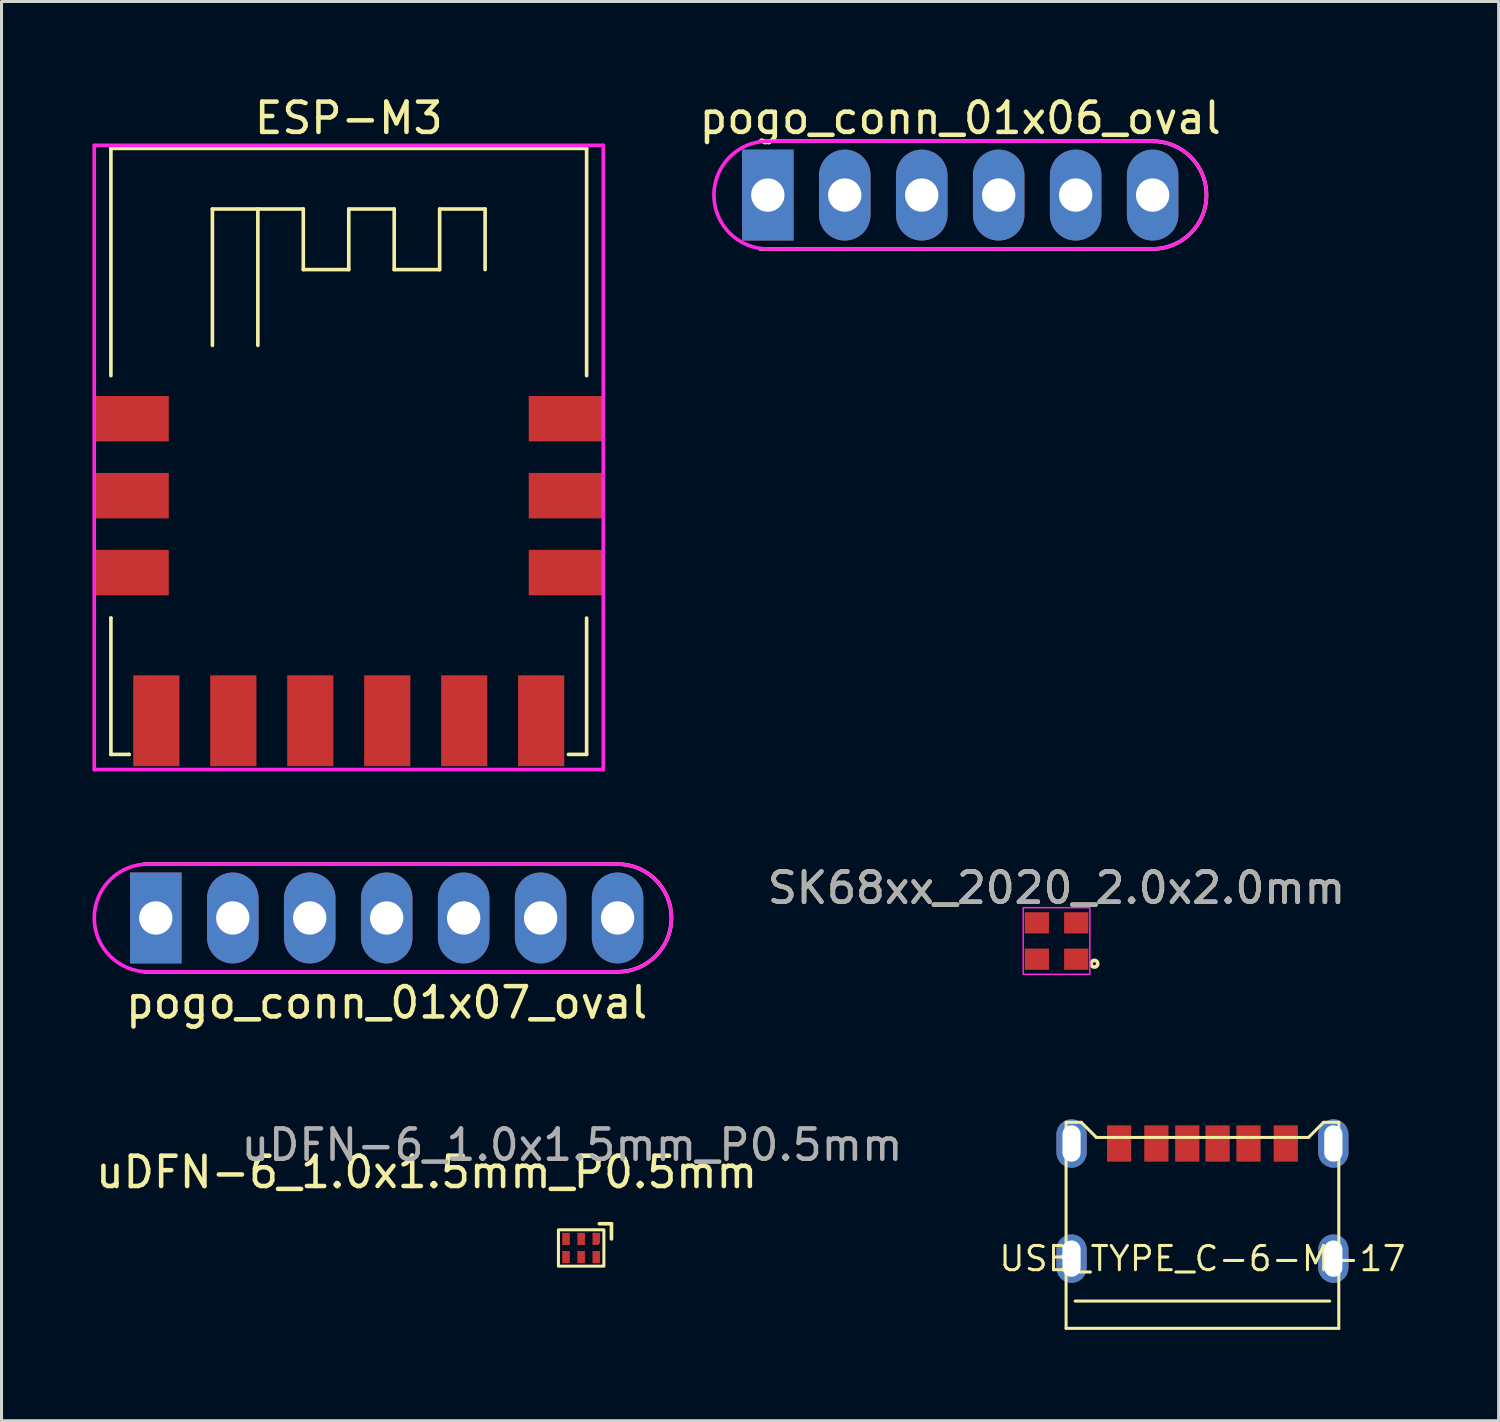
<source format=kicad_pcb>
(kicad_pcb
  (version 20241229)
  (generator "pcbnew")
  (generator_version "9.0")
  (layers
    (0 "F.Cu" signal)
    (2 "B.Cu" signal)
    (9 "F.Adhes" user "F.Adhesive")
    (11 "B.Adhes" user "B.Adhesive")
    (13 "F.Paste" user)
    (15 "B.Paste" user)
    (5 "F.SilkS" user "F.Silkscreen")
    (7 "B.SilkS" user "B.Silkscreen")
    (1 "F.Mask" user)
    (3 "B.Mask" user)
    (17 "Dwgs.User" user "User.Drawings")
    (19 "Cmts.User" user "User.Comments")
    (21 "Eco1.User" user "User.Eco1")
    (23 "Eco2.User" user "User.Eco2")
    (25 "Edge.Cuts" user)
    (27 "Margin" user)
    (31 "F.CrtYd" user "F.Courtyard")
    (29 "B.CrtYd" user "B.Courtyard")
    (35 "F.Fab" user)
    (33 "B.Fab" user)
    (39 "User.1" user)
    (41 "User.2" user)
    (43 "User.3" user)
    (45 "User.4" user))
  (footprint "SK68xx_2020_2.0x2.0mm"
    (layer "F.Cu")
    (at 31.819 28.006)
    (property "Reference" "SK68xx_2020_2.0x2.0mm" (at 0 -1.75 0) (unlocked yes) (layer "F.SilkS") (effects (font (size 1 1) (thickness 0.15))))
    (attr smd)
    (fp_circle (center 1.25 0.75) (end 1.35 0.8) (stroke (width 0.12) (type solid)) (fill no) (layer "F.SilkS"))
    (fp_rect (start -1.1 -1.1) (end 1.1 1.1) (stroke (width 0.05) (type solid)) (fill no) (layer "F.CrtYd"))
    (fp_text user "${REFERENCE}" (at 0 -1.75 0) (unlocked yes) (layer "F.Fab") (effects (font (size 1 1) (thickness 0.15))))
    (pad "1" smd rect (at 0.65 0.6) (size 0.8 0.7) (layers "F.Cu" "F.Mask" "F.Paste"))
    (pad "2" smd rect (at 0.65 -0.6) (size 0.8 0.7) (layers "F.Cu" "F.Mask" "F.Paste"))
    (pad "3" smd rect (at -0.65 -0.6) (size 0.8 0.7) (layers "F.Cu" "F.Mask" "F.Paste"))
    (pad "4" smd rect (at -0.65 0.6) (size 0.8 0.7) (layers "F.Cu" "F.Mask" "F.Paste")))
  (footprint "pogo_conn_01x06_oval"
    (layer "F.Cu")
    (at 28.64 3.388)
    (property "Reference" "pogo_conn_01x06_oval" (at 0 -2.54 0) (layer "F.SilkS") (effects (font (size 1 1) (thickness 0.15))))
    (attr through_hole)
    (fp_line (start 6.35 -1.778) (end -6.604 -1.778) (stroke (width 0.12) (type solid)) (layer "F.SilkS"))
    (fp_line (start 6.35 1.778) (end -6.604 1.778) (stroke (width 0.12) (type solid)) (layer "F.SilkS"))
    (fp_arc (start 6.35 -1.778) (mid 8.128 0) (end 6.35 1.778) (stroke (width 0.12) (type solid)) (layer "F.SilkS"))
    (fp_line (start -6.35 1.778) (end 6.35 1.778) (stroke (width 0.12) (type solid)) (layer "F.CrtYd"))
    (fp_line (start 6.35 -1.778) (end -6.35 -1.778) (stroke (width 0.12) (type solid)) (layer "F.CrtYd"))
    (fp_arc (start -6.35 1.778) (mid -8.128 0) (end -6.35 -1.778) (stroke (width 0.12) (type solid)) (layer "F.CrtYd"))
    (fp_arc (start 6.35 -1.778) (mid 8.128 0) (end 6.35 1.778) (stroke (width 0.12) (type solid)) (layer "F.CrtYd"))
    (pad "1" thru_hole rect (at -6.35 0) (size 1.7 3) (drill 1.1) (layers "*.Cu" "*.Mask"))
    (pad "2" thru_hole oval (at -3.81 0) (size 1.7 3) (drill 1.1) (layers "*.Cu" "*.Mask"))
    (pad "3" thru_hole oval (at -1.27 0) (size 1.7 3) (drill 1.1) (layers "*.Cu" "*.Mask"))
    (pad "4" thru_hole oval (at 1.27 0) (size 1.7 3) (drill 1.1) (layers "*.Cu" "*.Mask"))
    (pad "5" thru_hole oval (at 3.81 0) (size 1.7 3) (drill 1.1) (layers "*.Cu" "*.Mask"))
    (pad "6" thru_hole oval (at 6.35 0) (size 1.7 3) (drill 1.1) (layers "*.Cu" "*.Mask")))
  (footprint "uDFN-6_1.0x1.5mm_P0.5mm"
    (layer "F.Cu")
    (at 16.13 38.137)
    (property "Reference" "uDFN-6_1.0x1.5mm_P0.5mm" (at -5.1 -2.5 0) (unlocked yes) (layer "F.SilkS") (effects (font (size 1 1) (thickness 0.15))))
    (attr smd)
    (fp_line (start 0.6 -0.8) (end 1 -0.8) (stroke (width 0.12) (type solid)) (layer "F.SilkS"))
    (fp_line (start 1 -0.8) (end 1 -0.3) (stroke (width 0.12) (type solid)) (layer "F.SilkS"))
    (fp_rect (start 0.75 -0.6) (end -0.75 0.6) (stroke (width 0.1) (type solid)) (fill no) (layer "F.SilkS"))
    (fp_text user "${REFERENCE}" (at -0.3 -3.4 0) (unlocked yes) (layer "F.Fab") (effects (font (size 1 1) (thickness 0.15))))
    (pad "1" smd roundrect (at 0.5 -0.3) (size 0.25 0.4) (layers "F.Cu" "F.Mask" "F.Paste") (roundrect_rratio 0) (chamfer_ratio 0.25) (chamfer bottom_right))
    (pad "2" smd rect (at 0 -0.3) (size 0.25 0.4) (layers "F.Cu" "F.Mask" "F.Paste"))
    (pad "3" smd rect (at -0.5 -0.3) (size 0.25 0.4) (layers "F.Cu" "F.Mask" "F.Paste"))
    (pad "4" smd rect (at -0.5 0.3) (size 0.25 0.4) (layers "F.Cu" "F.Mask" "F.Paste"))
    (pad "5" smd rect (at 0 0.3) (size 0.25 0.4) (layers "F.Cu" "F.Mask" "F.Paste"))
    (pad "6" smd rect (at 0.5 0.3) (size 0.25 0.4) (layers "F.Cu" "F.Mask" "F.Paste")))
  (footprint "ESP-M3"
    (layer "F.Cu")
    (at 8.46 15.848)
    (property "Reference" "ESP-M3" (at 0 -15 0) (layer "F.SilkS") (effects (font (size 1 1) (thickness 0.15))))
    (attr through_hole)
    (fp_line (start -7.85 -14) (end 7.85 -14) (stroke (width 0.12) (type solid)) (layer "F.SilkS"))
    (fp_line (start -7.85 -6.5) (end -7.85 -14) (stroke (width 0.12) (type solid)) (layer "F.SilkS"))
    (fp_line (start -7.85 1.5) (end -7.85 1.5) (stroke (width 0.12) (type solid)) (layer "F.SilkS"))
    (fp_line (start -7.85 6) (end -7.85 1.5) (stroke (width 0.12) (type solid)) (layer "F.SilkS"))
    (fp_line (start -7.85 6) (end -7.25 6) (stroke (width 0.12) (type solid)) (layer "F.SilkS"))
    (fp_line (start -7.25 6) (end -7.25 6) (stroke (width 0.12) (type solid)) (layer "F.SilkS"))
    (fp_line (start -4.5 -12) (end -4.5 -7.5) (stroke (width 0.12) (type solid)) (layer "F.SilkS"))
    (fp_line (start -3 -12) (end -3 -7.5) (stroke (width 0.12) (type solid)) (layer "F.SilkS"))
    (fp_line (start -1.5 -12) (end -4.5 -12) (stroke (width 0.12) (type solid)) (layer "F.SilkS"))
    (fp_line (start -1.5 -10) (end -1.5 -12) (stroke (width 0.12) (type solid)) (layer "F.SilkS"))
    (fp_line (start 0 -12) (end 0 -10) (stroke (width 0.12) (type solid)) (layer "F.SilkS"))
    (fp_line (start 0 -10) (end -1.5 -10) (stroke (width 0.12) (type solid)) (layer "F.SilkS"))
    (fp_line (start 1.5 -12) (end 0 -12) (stroke (width 0.12) (type solid)) (layer "F.SilkS"))
    (fp_line (start 1.5 -10) (end 1.5 -12) (stroke (width 0.12) (type solid)) (layer "F.SilkS"))
    (fp_line (start 3 -12) (end 3 -10) (stroke (width 0.12) (type solid)) (layer "F.SilkS"))
    (fp_line (start 3 -10) (end 1.5 -10) (stroke (width 0.12) (type solid)) (layer "F.SilkS"))
    (fp_line (start 4.5 -12) (end 3 -12) (stroke (width 0.12) (type solid)) (layer "F.SilkS"))
    (fp_line (start 4.5 -10) (end 4.5 -12) (stroke (width 0.12) (type solid)) (layer "F.SilkS"))
    (fp_line (start 7.25 6) (end 7.85 6) (stroke (width 0.12) (type solid)) (layer "F.SilkS"))
    (fp_line (start 7.85 -14) (end 7.85 -6.5) (stroke (width 0.12) (type solid)) (layer "F.SilkS"))
    (fp_line (start 7.85 1.5) (end 7.85 6) (stroke (width 0.12) (type solid)) (layer "F.SilkS"))
    (fp_line (start -8.4 -14.1) (end -8.4 6.5) (stroke (width 0.12) (type solid)) (layer "F.CrtYd"))
    (fp_line (start -8.4 6.5) (end 8.4 6.5) (stroke (width 0.12) (type solid)) (layer "F.CrtYd"))
    (fp_line (start 8.4 -14.1) (end -8.4 -14.1) (stroke (width 0.12) (type solid)) (layer "F.CrtYd"))
    (fp_line (start 8.4 6.5) (end 8.4 -14.1) (stroke (width 0.12) (type solid)) (layer "F.CrtYd"))
    (pad "1" smd rect (at -7.19 -5.08) (size 2.5 1.5) (layers "F.Cu" "F.Mask" "F.Paste"))
    (pad "2" smd rect (at -7.19 -2.54) (size 2.5 1.5) (layers "F.Cu" "F.Mask" "F.Paste"))
    (pad "3" smd rect (at -7.19 0) (size 2.5 1.5) (layers "F.Cu" "F.Mask" "F.Paste"))
    (pad "4" smd rect (at -6.35 4.89 90) (size 3 1.524) (layers "F.Cu" "F.Mask" "F.Paste"))
    (pad "5" smd rect (at -3.81 4.89 90) (size 3 1.524) (layers "F.Cu" "F.Mask" "F.Paste"))
    (pad "6" smd rect (at -1.27 4.89 90) (size 3 1.524) (layers "F.Cu" "F.Mask" "F.Paste"))
    (pad "7" smd rect (at 1.27 4.89 90) (size 3 1.524) (layers "F.Cu" "F.Mask" "F.Paste"))
    (pad "8" smd rect (at 3.81 4.89 90) (size 3 1.524) (layers "F.Cu" "F.Mask" "F.Paste"))
    (pad "9" smd rect (at 6.35 4.89 90) (size 3 1.524) (layers "F.Cu" "F.Mask" "F.Paste"))
    (pad "14" smd rect (at 7.19 0) (size 2.5 1.5) (layers "F.Cu" "F.Mask" "F.Paste"))
    (pad "15" smd rect (at 7.19 -2.54) (size 2.5 1.5) (layers "F.Cu" "F.Mask" "F.Paste"))
    (pad "16" smd rect (at 7.19 -5.08) (size 2.5 1.5) (layers "F.Cu" "F.Mask" "F.Paste")))
  (footprint "USB_TYPE_C-6-M-17"
    (layer "F.Cu")
    (at 36.634 38.489)
    (property "Reference" "USB_TYPE_C-6-M-17" (at 0 0 0) (layer "F.SilkS") (effects (font (size 0.8 0.8) (thickness 0.1))))
    (attr smd)
    (fp_line (start -4.5 -4.5) (end -4.5 2.3) (stroke (width 0.1) (type solid)) (layer "F.SilkS"))
    (fp_line (start -4.5 -4.5) (end -4 -4.5) (stroke (width 0.1) (type solid)) (layer "F.SilkS"))
    (fp_line (start -4 -4.5) (end -3.5 -4) (stroke (width 0.1) (type solid)) (layer "F.SilkS"))
    (fp_line (start -3.5 -4) (end 3.5 -4) (stroke (width 0.1) (type solid)) (layer "F.SilkS"))
    (fp_line (start 3.5 -4) (end 4 -4.5) (stroke (width 0.1) (type solid)) (layer "F.SilkS"))
    (fp_line (start 4 -4.5) (end 4.5 -4.5) (stroke (width 0.1) (type solid)) (layer "F.SilkS"))
    (fp_line (start 4.2 1.4) (end -4.2 1.4) (stroke (width 0.1) (type solid)) (layer "F.SilkS"))
    (fp_line (start 4.5 -4.5) (end 4.5 2.3) (stroke (width 0.1) (type solid)) (layer "F.SilkS"))
    (fp_line (start 4.5 2.3) (end -4.5 2.3) (stroke (width 0.1) (type solid)) (layer "F.SilkS"))
    (pad "A5" smd rect (at -0.5 -3.8) (size 0.8 1.2) (layers "F.Cu" "F.Mask" "F.Paste"))
    (pad "A9" smd rect (at 1.52 -3.8) (size 0.8 1.2) (layers "F.Cu" "F.Mask" "F.Paste"))
    (pad "A12" smd rect (at 2.75 -3.8) (size 0.8 1.2) (layers "F.Cu" "F.Mask" "F.Paste"))
    (pad "B5" smd rect (at 0.5 -3.8) (size 0.8 1.2) (layers "F.Cu" "F.Mask" "F.Paste"))
    (pad "B9" smd rect (at -1.52 -3.8) (size 0.8 1.2) (layers "F.Cu" "F.Mask" "F.Paste"))
    (pad "B12" smd rect (at -2.75 -3.8) (size 0.8 1.2) (layers "F.Cu" "F.Mask" "F.Paste"))
    (pad "S1" thru_hole roundrect (at -4.32 -3.8) (size 1 1.6) (drill oval 0.6 1.2) (layers "*.Cu" "*.Mask") (roundrect_rratio 0.5))
    (pad "S1" thru_hole roundrect (at -4.32 0) (size 1 1.6) (drill oval 0.6 1.2) (layers "*.Cu" "*.Mask") (roundrect_rratio 0.5))
    (pad "S1" thru_hole roundrect (at 4.32 -3.8) (size 1 1.6) (drill oval 0.6 1.2) (layers "*.Cu" "*.Mask") (roundrect_rratio 0.5))
    (pad "S1" thru_hole roundrect (at 4.32 0) (size 1 1.6) (drill oval 0.6 1.2) (layers "*.Cu" "*.Mask") (roundrect_rratio 0.5)))
  (footprint "pogo_conn_01x07_oval"
    (layer "F.Cu")
    (at 9.712 27.246)
    (property "Reference" "pogo_conn_01x07_oval" (at 0 2.794 0) (layer "F.SilkS") (effects (font (size 1 1) (thickness 0.15))))
    (attr through_hole)
    (fp_line (start 7.62 -1.778) (end -8.001 -1.778) (stroke (width 0.12) (type solid)) (layer "F.SilkS"))
    (fp_line (start 7.62 1.778) (end -8.001 1.778) (stroke (width 0.12) (type solid)) (layer "F.SilkS"))
    (fp_arc (start 7.62 -1.778) (mid 9.398 0) (end 7.62 1.778) (stroke (width 0.12) (type solid)) (layer "F.SilkS"))
    (fp_line (start -7.874 1.778) (end 7.62 1.778) (stroke (width 0.12) (type solid)) (layer "F.CrtYd"))
    (fp_line (start 7.62 -1.778) (end -7.874 -1.778) (stroke (width 0.12) (type solid)) (layer "F.CrtYd"))
    (fp_arc (start -7.874 1.778) (mid -9.652 0) (end -7.874 -1.778) (stroke (width 0.12) (type solid)) (layer "F.CrtYd"))
    (fp_arc (start 7.62 -1.778) (mid 9.398 0) (end 7.62 1.778) (stroke (width 0.12) (type solid)) (layer "F.CrtYd"))
    (pad "1" thru_hole rect (at -7.62 0) (size 1.7 3) (drill 1.1) (layers "*.Cu" "*.Mask"))
    (pad "2" thru_hole oval (at -5.08 0) (size 1.7 3) (drill 1.1) (layers "*.Cu" "*.Mask"))
    (pad "3" thru_hole oval (at -2.54 0) (size 1.7 3) (drill 1.1) (layers "*.Cu" "*.Mask"))
    (pad "4" thru_hole oval (at 0 0) (size 1.7 3) (drill 1.1) (layers "*.Cu" "*.Mask"))
    (pad "5" thru_hole oval (at 2.54 0) (size 1.7 3) (drill 1.1) (layers "*.Cu" "*.Mask"))
    (pad "6" thru_hole oval (at 5.08 0) (size 1.7 3) (drill 1.1) (layers "*.Cu" "*.Mask"))
    (pad "7" thru_hole oval (at 7.62 0) (size 1.7 3) (drill 1.1) (layers "*.Cu" "*.Mask")))
  (gr_rect
    (start -3 -3)
    (end 46.409 43.839)
    (stroke (width 0.1) (type default))
    (fill no)
    (layer "Edge.Cuts")))
</source>
